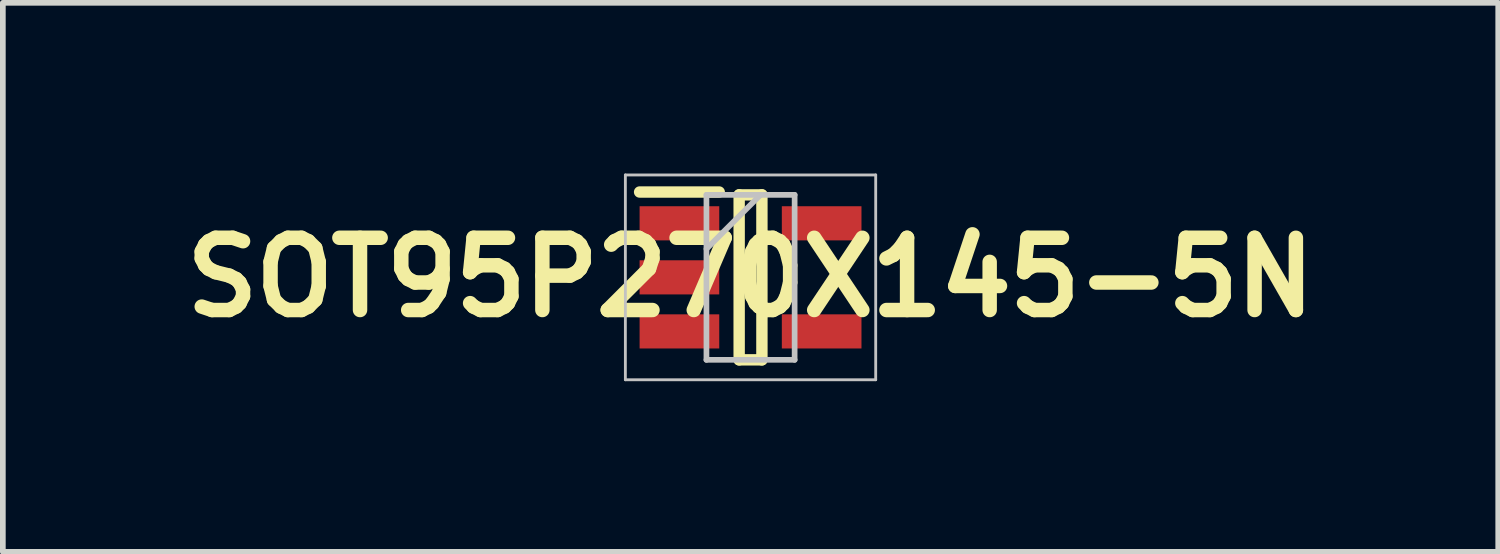
<source format=kicad_pcb>
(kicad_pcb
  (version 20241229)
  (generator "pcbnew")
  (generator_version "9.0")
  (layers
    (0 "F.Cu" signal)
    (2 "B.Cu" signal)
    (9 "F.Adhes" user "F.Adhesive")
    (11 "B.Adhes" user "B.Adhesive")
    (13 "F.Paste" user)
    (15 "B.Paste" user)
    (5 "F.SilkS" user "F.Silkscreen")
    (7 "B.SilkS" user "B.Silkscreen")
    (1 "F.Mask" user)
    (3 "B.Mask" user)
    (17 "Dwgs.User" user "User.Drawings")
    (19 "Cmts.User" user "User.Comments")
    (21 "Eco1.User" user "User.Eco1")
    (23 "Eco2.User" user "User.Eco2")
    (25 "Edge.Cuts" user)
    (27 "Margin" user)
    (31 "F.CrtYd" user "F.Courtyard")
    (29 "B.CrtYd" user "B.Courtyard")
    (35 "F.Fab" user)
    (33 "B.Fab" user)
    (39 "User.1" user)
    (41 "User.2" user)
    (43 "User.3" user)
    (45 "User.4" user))
  (footprint "SOT95P270X145-5N"
    (layer "F.Cu")
    (at 10.142 1.825)
    (property "Reference" "SOT95P270X145-5N" (at 0 0 0) (layer "F.SilkS") (effects (font (size 1.27 1.27) (thickness 0.254))))
    (attr smd)
    (fp_line (start -1.95 -1.5) (end -0.55 -1.5) (stroke (width 0.2) (type solid)) (layer "F.SilkS"))
    (fp_line (start -0.2 -1.45) (end 0.2 -1.45) (stroke (width 0.2) (type solid)) (layer "F.SilkS"))
    (fp_line (start -0.2 1.45) (end -0.2 -1.45) (stroke (width 0.2) (type solid)) (layer "F.SilkS"))
    (fp_line (start 0.2 -1.45) (end 0.2 1.45) (stroke (width 0.2) (type solid)) (layer "F.SilkS"))
    (fp_line (start 0.2 1.45) (end -0.2 1.45) (stroke (width 0.2) (type solid)) (layer "F.SilkS"))
    (fp_line (start -2.2 -1.8) (end 2.2 -1.8) (stroke (width 0.05) (type solid)) (layer "Dwgs.User"))
    (fp_line (start -2.2 1.8) (end -2.2 -1.8) (stroke (width 0.05) (type solid)) (layer "Dwgs.User"))
    (fp_line (start -0.775 -1.45) (end 0.775 -1.45) (stroke (width 0.1) (type solid)) (layer "Dwgs.User"))
    (fp_line (start -0.775 -0.5) (end 0.175 -1.45) (stroke (width 0.1) (type solid)) (layer "Dwgs.User"))
    (fp_line (start -0.775 1.45) (end -0.775 -1.45) (stroke (width 0.1) (type solid)) (layer "Dwgs.User"))
    (fp_line (start 0.775 -1.45) (end 0.775 1.45) (stroke (width 0.1) (type solid)) (layer "Dwgs.User"))
    (fp_line (start 0.775 1.45) (end -0.775 1.45) (stroke (width 0.1) (type solid)) (layer "Dwgs.User"))
    (fp_line (start 2.2 -1.8) (end 2.2 1.8) (stroke (width 0.05) (type solid)) (layer "Dwgs.User"))
    (fp_line (start 2.2 1.8) (end -2.2 1.8) (stroke (width 0.05) (type solid)) (layer "Dwgs.User"))
    (pad "1" smd rect (at -1.25 -0.95 90) (size 0.6 1.4) (layers "F.Cu" "F.Mask" "F.Paste"))
    (pad "2" smd rect (at -1.25 0 90) (size 0.6 1.4) (layers "F.Cu" "F.Mask" "F.Paste"))
    (pad "3" smd rect (at -1.25 0.95 90) (size 0.6 1.4) (layers "F.Cu" "F.Mask" "F.Paste"))
    (pad "4" smd rect (at 1.25 0.95 90) (size 0.6 1.4) (layers "F.Cu" "F.Mask" "F.Paste"))
    (pad "5" smd rect (at 1.25 -0.95 90) (size 0.6 1.4) (layers "F.Cu" "F.Mask" "F.Paste")))
  (gr_rect
    (start -3 -3)
    (end 23.284 6.65)
    (stroke (width 0.1) (type default))
    (fill no)
    (layer "Edge.Cuts")))
</source>
